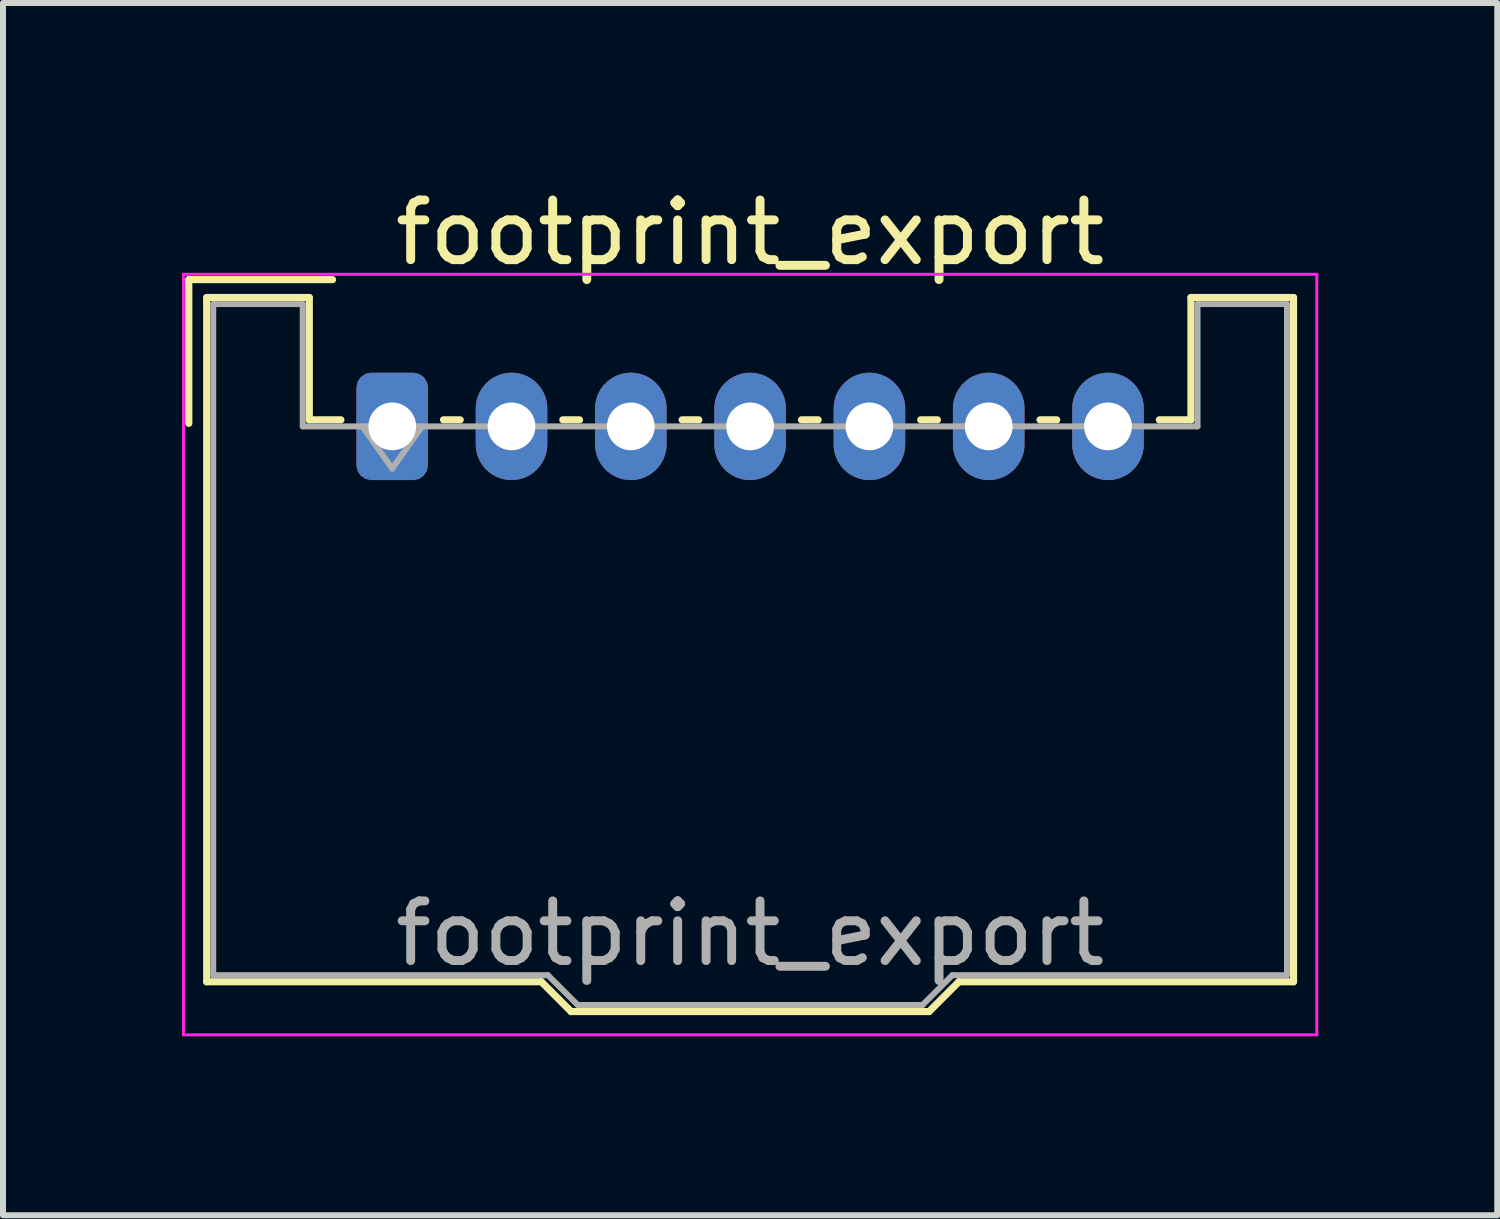
<source format=kicad_pcb>
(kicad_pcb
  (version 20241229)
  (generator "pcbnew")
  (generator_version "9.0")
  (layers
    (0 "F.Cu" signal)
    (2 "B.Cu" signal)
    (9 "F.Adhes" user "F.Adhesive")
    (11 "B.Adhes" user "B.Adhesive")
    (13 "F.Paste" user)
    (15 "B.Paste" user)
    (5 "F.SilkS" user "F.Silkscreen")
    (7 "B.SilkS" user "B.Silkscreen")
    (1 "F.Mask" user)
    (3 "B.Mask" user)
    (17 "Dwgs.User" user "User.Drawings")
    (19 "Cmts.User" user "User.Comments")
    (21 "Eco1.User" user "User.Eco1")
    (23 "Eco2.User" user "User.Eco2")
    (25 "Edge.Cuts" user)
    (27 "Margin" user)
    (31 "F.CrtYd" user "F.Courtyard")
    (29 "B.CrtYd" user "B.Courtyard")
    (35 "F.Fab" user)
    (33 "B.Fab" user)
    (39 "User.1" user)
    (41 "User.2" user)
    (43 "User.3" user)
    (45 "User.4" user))
  (footprint "footprint_export"
    (layer "F.Cu")
    (at 3.525 4.098)
    (property "Reference" "footprint_export" (at 6 -3.25 0) (layer "F.SilkS") (effects (font (size 1 1) (thickness 0.15))))
    (attr through_hole)
    (fp_line (start -3.41 -2.46) (end -1 -2.46) (stroke (width 0.12) (type solid)) (layer "F.SilkS"))
    (fp_line (start -3.41 -0.05) (end -3.41 -2.46) (stroke (width 0.12) (type solid)) (layer "F.SilkS"))
    (fp_line (start -3.11 -2.16) (end -1.39 -2.16) (stroke (width 0.12) (type solid)) (layer "F.SilkS"))
    (fp_line (start -3.11 9.31) (end -3.11 -2.16) (stroke (width 0.12) (type solid)) (layer "F.SilkS"))
    (fp_line (start -1.39 -2.16) (end -1.39 -0.11) (stroke (width 0.12) (type solid)) (layer "F.SilkS"))
    (fp_line (start -1.39 -0.11) (end -0.86 -0.11) (stroke (width 0.12) (type solid)) (layer "F.SilkS"))
    (fp_line (start 0.86 -0.11) (end 1.14 -0.11) (stroke (width 0.12) (type solid)) (layer "F.SilkS"))
    (fp_line (start 2.5 9.31) (end -3.11 9.31) (stroke (width 0.12) (type solid)) (layer "F.SilkS"))
    (fp_line (start 2.86 -0.11) (end 3.14 -0.11) (stroke (width 0.12) (type solid)) (layer "F.SilkS"))
    (fp_line (start 3 9.81) (end 2.5 9.31) (stroke (width 0.12) (type solid)) (layer "F.SilkS"))
    (fp_line (start 4.86 -0.11) (end 5.14 -0.11) (stroke (width 0.12) (type solid)) (layer "F.SilkS"))
    (fp_line (start 6 9.81) (end 3 9.81) (stroke (width 0.12) (type solid)) (layer "F.SilkS"))
    (fp_line (start 6 9.81) (end 9 9.81) (stroke (width 0.12) (type solid)) (layer "F.SilkS"))
    (fp_line (start 6.86 -0.11) (end 7.14 -0.11) (stroke (width 0.12) (type solid)) (layer "F.SilkS"))
    (fp_line (start 8.86 -0.11) (end 9.14 -0.11) (stroke (width 0.12) (type solid)) (layer "F.SilkS"))
    (fp_line (start 9 9.81) (end 9.5 9.31) (stroke (width 0.12) (type solid)) (layer "F.SilkS"))
    (fp_line (start 9.5 9.31) (end 15.11 9.31) (stroke (width 0.12) (type solid)) (layer "F.SilkS"))
    (fp_line (start 10.86 -0.11) (end 11.14 -0.11) (stroke (width 0.12) (type solid)) (layer "F.SilkS"))
    (fp_line (start 13.39 -2.16) (end 13.39 -0.11) (stroke (width 0.12) (type solid)) (layer "F.SilkS"))
    (fp_line (start 13.39 -0.11) (end 12.86 -0.11) (stroke (width 0.12) (type solid)) (layer "F.SilkS"))
    (fp_line (start 15.11 -2.16) (end 13.39 -2.16) (stroke (width 0.12) (type solid)) (layer "F.SilkS"))
    (fp_line (start 15.11 9.31) (end 15.11 -2.16) (stroke (width 0.12) (type solid)) (layer "F.SilkS"))
    (fp_line (start -3.5 -2.55) (end -3.5 10.2) (stroke (width 0.05) (type solid)) (layer "F.CrtYd"))
    (fp_line (start -3.5 10.2) (end 15.5 10.2) (stroke (width 0.05) (type solid)) (layer "F.CrtYd"))
    (fp_line (start 15.5 -2.55) (end -3.5 -2.55) (stroke (width 0.05) (type solid)) (layer "F.CrtYd"))
    (fp_line (start 15.5 10.2) (end 15.5 -2.55) (stroke (width 0.05) (type solid)) (layer "F.CrtYd"))
    (fp_line (start -3 -2.05) (end -1.5 -2.05) (stroke (width 0.1) (type solid)) (layer "F.Fab"))
    (fp_line (start -3 9.2) (end -3 -2.05) (stroke (width 0.1) (type solid)) (layer "F.Fab"))
    (fp_line (start -1.5 -2.05) (end -1.5 0) (stroke (width 0.1) (type solid)) (layer "F.Fab"))
    (fp_line (start -1.5 0) (end 6 0) (stroke (width 0.1) (type solid)) (layer "F.Fab"))
    (fp_line (start -0.5 0) (end 0 0.707) (stroke (width 0.1) (type solid)) (layer "F.Fab"))
    (fp_line (start 0 0.707) (end 0.5 0) (stroke (width 0.1) (type solid)) (layer "F.Fab"))
    (fp_line (start 2.61 9.2) (end -3 9.2) (stroke (width 0.1) (type solid)) (layer "F.Fab"))
    (fp_line (start 3.11 9.7) (end 2.61 9.2) (stroke (width 0.1) (type solid)) (layer "F.Fab"))
    (fp_line (start 6 9.7) (end 3.11 9.7) (stroke (width 0.1) (type solid)) (layer "F.Fab"))
    (fp_line (start 6 9.7) (end 8.89 9.7) (stroke (width 0.1) (type solid)) (layer "F.Fab"))
    (fp_line (start 8.89 9.7) (end 9.39 9.2) (stroke (width 0.1) (type solid)) (layer "F.Fab"))
    (fp_line (start 9.39 9.2) (end 15 9.2) (stroke (width 0.1) (type solid)) (layer "F.Fab"))
    (fp_line (start 13.5 -2.05) (end 13.5 0) (stroke (width 0.1) (type solid)) (layer "F.Fab"))
    (fp_line (start 13.5 0) (end 6 0) (stroke (width 0.1) (type solid)) (layer "F.Fab"))
    (fp_line (start 15 -2.05) (end 13.5 -2.05) (stroke (width 0.1) (type solid)) (layer "F.Fab"))
    (fp_line (start 15 9.2) (end 15 -2.05) (stroke (width 0.1) (type solid)) (layer "F.Fab"))
    (fp_text user "${REFERENCE}" (at 6 8.5 0) (layer "F.Fab") (effects (font (size 1 1) (thickness 0.15))))
    (pad "1" thru_hole roundrect (at 0 0) (size 1.2 1.8) (drill 0.8) (layers "*.Cu" "*.Mask") (roundrect_rratio 0.208))
    (pad "2" thru_hole oval (at 2 0) (size 1.2 1.8) (drill 0.8) (layers "*.Cu" "*.Mask"))
    (pad "3" thru_hole oval (at 4 0) (size 1.2 1.8) (drill 0.8) (layers "*.Cu" "*.Mask"))
    (pad "4" thru_hole oval (at 6 0) (size 1.2 1.8) (drill 0.8) (layers "*.Cu" "*.Mask"))
    (pad "5" thru_hole oval (at 8 0) (size 1.2 1.8) (drill 0.8) (layers "*.Cu" "*.Mask"))
    (pad "6" thru_hole oval (at 10 0) (size 1.2 1.8) (drill 0.8) (layers "*.Cu" "*.Mask"))
    (pad "7" thru_hole oval (at 12 0) (size 1.2 1.8) (drill 0.8) (layers "*.Cu" "*.Mask")))
  (gr_rect
    (start -3 -3)
    (end 22.05 17.323)
    (stroke (width 0.1) (type default))
    (fill no)
    (layer "Edge.Cuts")))
</source>
